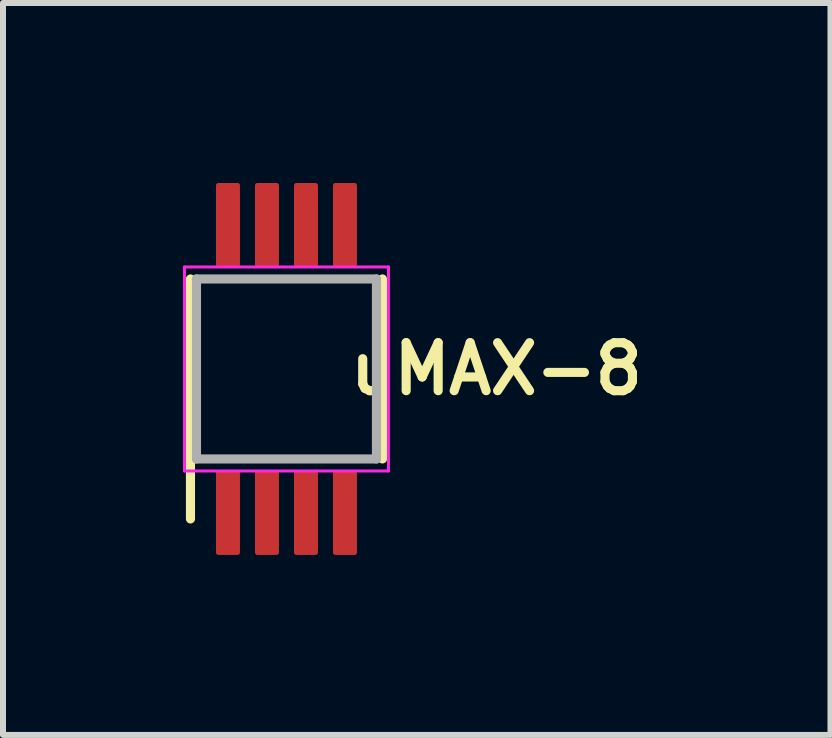
<source format=kicad_pcb>
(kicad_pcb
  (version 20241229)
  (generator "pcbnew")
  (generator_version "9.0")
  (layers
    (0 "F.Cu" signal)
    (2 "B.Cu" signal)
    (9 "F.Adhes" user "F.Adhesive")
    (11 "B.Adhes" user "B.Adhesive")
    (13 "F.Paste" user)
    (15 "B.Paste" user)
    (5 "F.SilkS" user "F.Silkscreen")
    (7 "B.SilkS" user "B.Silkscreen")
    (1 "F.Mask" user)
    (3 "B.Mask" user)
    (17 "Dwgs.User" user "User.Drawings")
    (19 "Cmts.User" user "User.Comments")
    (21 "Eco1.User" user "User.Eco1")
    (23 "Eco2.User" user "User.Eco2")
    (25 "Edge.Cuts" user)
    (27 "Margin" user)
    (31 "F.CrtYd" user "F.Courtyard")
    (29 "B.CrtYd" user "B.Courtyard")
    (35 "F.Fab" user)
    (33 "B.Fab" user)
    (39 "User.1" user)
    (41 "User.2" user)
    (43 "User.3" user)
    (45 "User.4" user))
  (footprint "uMAX-8"
    (layer "F.Cu")
    (at 1.725 3.1)
    (property "Reference" "uMAX-8" (at 3.5 0 0) (layer "F.SilkS") (effects (font (size 0.8 0.8) (thickness 0.152))))
    (attr smd)
    (fp_line (start -1.6 2.5) (end -1.6 -1.5) (stroke (width 0.152) (type solid)) (layer "F.SilkS"))
    (fp_line (start 1.6 -1.5) (end 1.6 1.5) (stroke (width 0.152) (type solid)) (layer "F.SilkS"))
    (fp_line (start -1.7 -1.7) (end -1.7 1.7) (stroke (width 0.05) (type solid)) (layer "F.CrtYd"))
    (fp_line (start -1.7 1.7) (end 1.7 1.7) (stroke (width 0.05) (type solid)) (layer "F.CrtYd"))
    (fp_line (start 1.7 -1.7) (end -1.7 -1.7) (stroke (width 0.05) (type solid)) (layer "F.CrtYd"))
    (fp_line (start 1.7 1.7) (end 1.7 -1.7) (stroke (width 0.05) (type solid)) (layer "F.CrtYd"))
    (fp_line (start -1.5 -1.5) (end -1.5 1.5) (stroke (width 0.152) (type solid)) (layer "F.Fab"))
    (fp_line (start -1.5 1.5) (end 1.5 1.5) (stroke (width 0.152) (type solid)) (layer "F.Fab"))
    (fp_line (start 1.5 -1.5) (end -1.5 -1.5) (stroke (width 0.152) (type solid)) (layer "F.Fab"))
    (fp_line (start 1.5 1.5) (end 1.5 -1.5) (stroke (width 0.152) (type solid)) (layer "F.Fab"))
    (pad "1" smd roundrect (at -0.975 2.4) (size 0.4 1.4) (layers "F.Cu" "F.Mask" "F.Paste") (roundrect_rratio 0.1))
    (pad "2" smd roundrect (at -0.325 2.4) (size 0.4 1.4) (layers "F.Cu" "F.Mask" "F.Paste") (roundrect_rratio 0.1))
    (pad "3" smd roundrect (at 0.325 2.4) (size 0.4 1.4) (layers "F.Cu" "F.Mask" "F.Paste") (roundrect_rratio 0.1))
    (pad "4" smd roundrect (at 0.975 2.4) (size 0.4 1.4) (layers "F.Cu" "F.Mask" "F.Paste") (roundrect_rratio 0.1))
    (pad "5" smd roundrect (at 0.975 -2.4) (size 0.4 1.4) (layers "F.Cu" "F.Mask" "F.Paste") (roundrect_rratio 0.1))
    (pad "6" smd roundrect (at 0.325 -2.4) (size 0.4 1.4) (layers "F.Cu" "F.Mask" "F.Paste") (roundrect_rratio 0.1))
    (pad "7" smd roundrect (at -0.325 -2.4) (size 0.4 1.4) (layers "F.Cu" "F.Mask" "F.Paste") (roundrect_rratio 0.1))
    (pad "8" smd roundrect (at -0.975 -2.4) (size 0.4 1.4) (layers "F.Cu" "F.Mask" "F.Paste") (roundrect_rratio 0.1)))
  (gr_rect
    (start -3 -3)
    (end 10.793 9.2)
    (stroke (width 0.1) (type default))
    (fill no)
    (layer "Edge.Cuts")))
</source>
